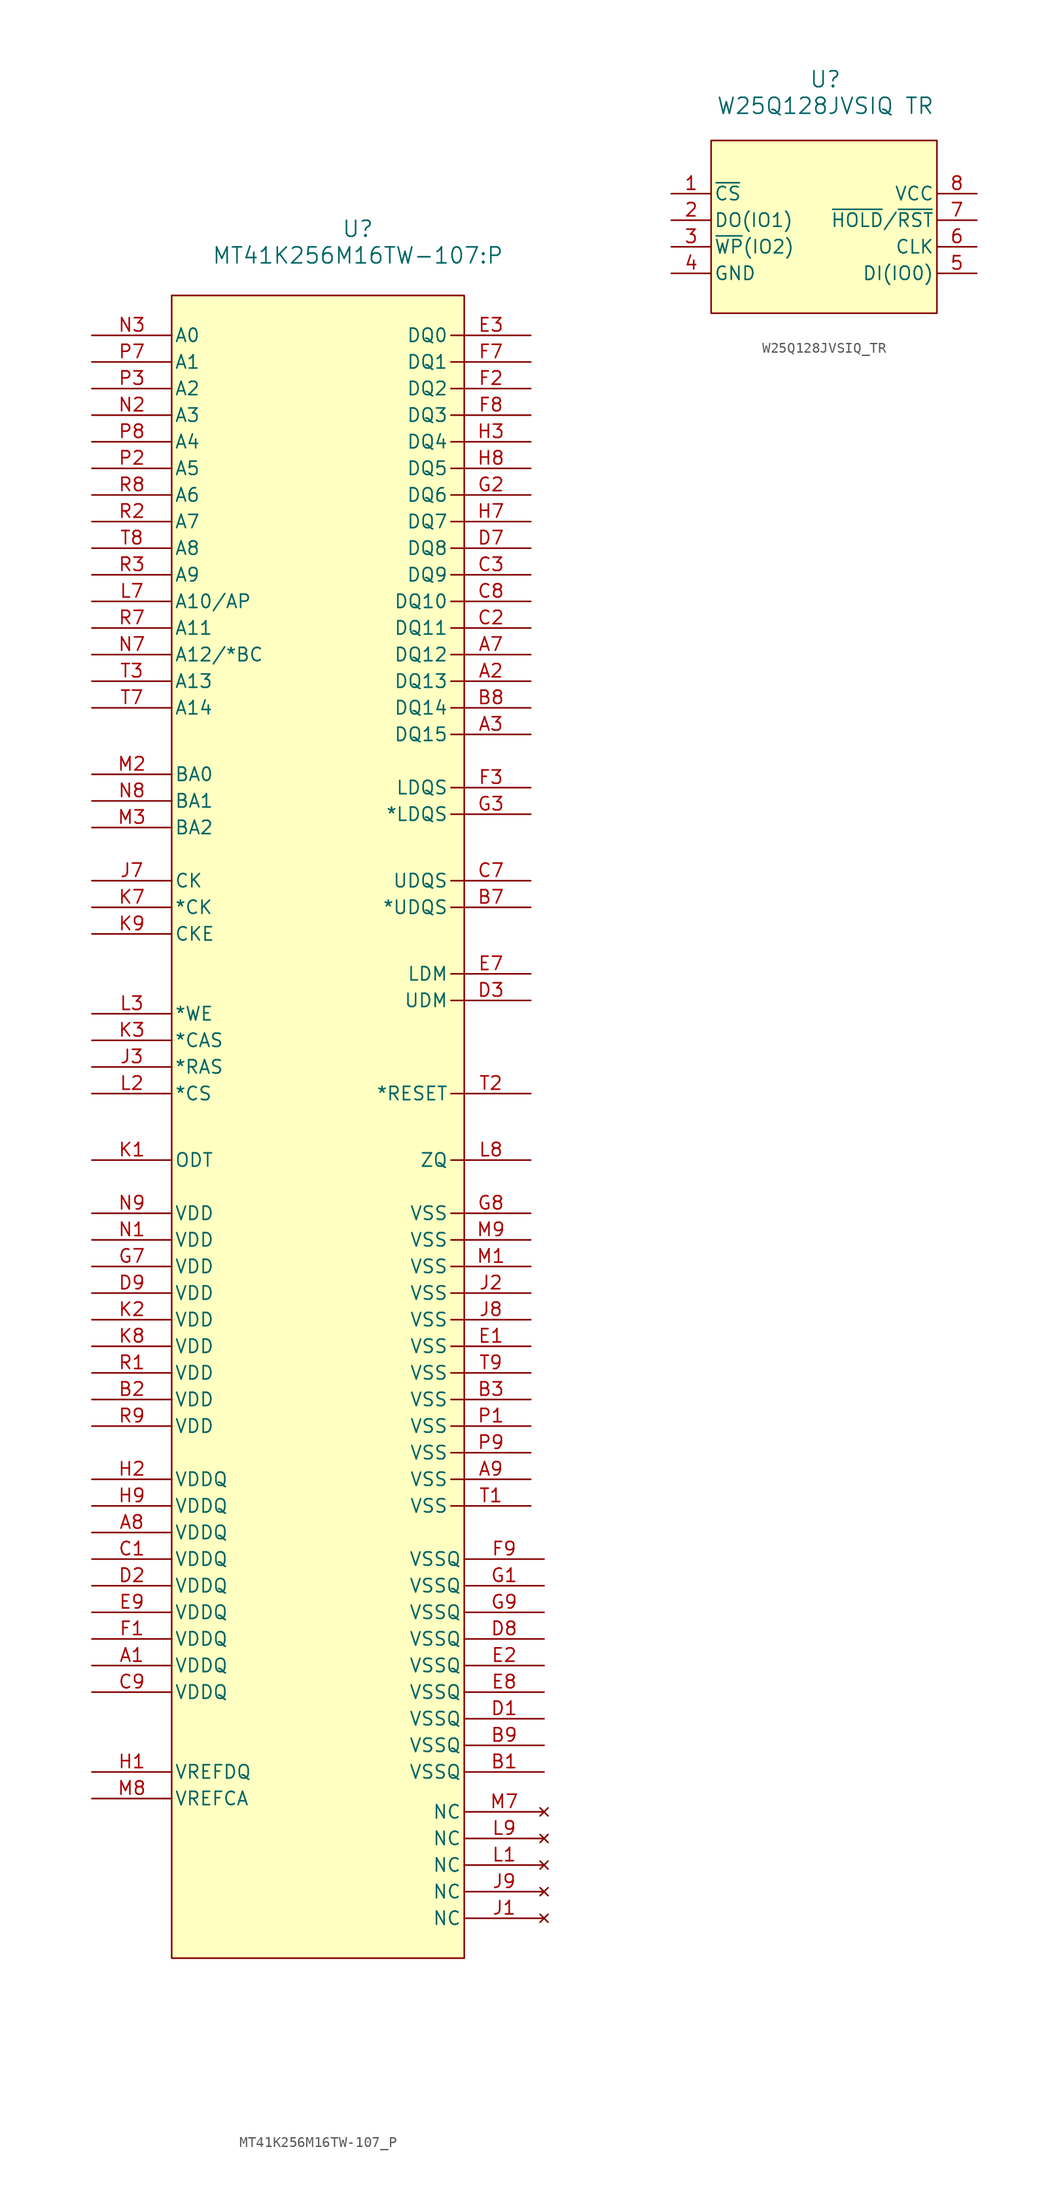
<source format=kicad_sym>
(kicad_symbol_lib
  (version 20241209)
  (generator "kicad_symbol_editor")
  (generator_version "9.0")
  (symbol "MT41K256M16TW-107_P"
    (pin_names
      (offset 0.254))
    (property "Reference" "U"
      (at 25.4 10.16 0)
      (effects (font (size 1.524 1.524))))
    (property "Value" "MT41K256M16TW-107:P"
      (at 25.4 7.62 0)
      (effects (font (size 1.524 1.524))))
    (symbol "MT41K256M16TW-107_P_0_1"
      (rectangle (start 7.62 3.81) (end 35.56 -154.94) (stroke (width 0) (type default)) (fill (type background)))
      (pin input line (at 0 0 0) (length 7.62) (name "A0" (effects (font (size 1.27 1.27)))) (number "N3" (effects (font (size 1.27 1.27)))))
      (pin input line (at 0 -2.54 0) (length 7.62) (name "A1" (effects (font (size 1.27 1.27)))) (number "P7" (effects (font (size 1.27 1.27)))))
      (pin input line (at 0 -5.08 0) (length 7.62) (name "A2" (effects (font (size 1.27 1.27)))) (number "P3" (effects (font (size 1.27 1.27)))))
      (pin input line (at 0 -7.62 0) (length 7.62) (name "A3" (effects (font (size 1.27 1.27)))) (number "N2" (effects (font (size 1.27 1.27)))))
      (pin input line (at 0 -10.16 0) (length 7.62) (name "A4" (effects (font (size 1.27 1.27)))) (number "P8" (effects (font (size 1.27 1.27)))))
      (pin input line (at 0 -12.7 0) (length 7.62) (name "A5" (effects (font (size 1.27 1.27)))) (number "P2" (effects (font (size 1.27 1.27)))))
      (pin input line (at 0 -15.24 0) (length 7.62) (name "A6" (effects (font (size 1.27 1.27)))) (number "R8" (effects (font (size 1.27 1.27)))))
      (pin input line (at 0 -17.78 0) (length 7.62) (name "A7" (effects (font (size 1.27 1.27)))) (number "R2" (effects (font (size 1.27 1.27)))))
      (pin input line (at 0 -20.32 0) (length 7.62) (name "A8" (effects (font (size 1.27 1.27)))) (number "T8" (effects (font (size 1.27 1.27)))))
      (pin input line (at 0 -22.86 0) (length 7.62) (name "A9" (effects (font (size 1.27 1.27)))) (number "R3" (effects (font (size 1.27 1.27)))))
      (pin input line (at 0 -25.4 0) (length 7.62) (name "A10/AP" (effects (font (size 1.27 1.27)))) (number "L7" (effects (font (size 1.27 1.27)))))
      (pin input line (at 0 -27.94 0) (length 7.62) (name "A11" (effects (font (size 1.27 1.27)))) (number "R7" (effects (font (size 1.27 1.27)))))
      (pin input line (at 0 -30.48 0) (length 7.62) (name "A12/*BC" (effects (font (size 1.27 1.27)))) (number "N7" (effects (font (size 1.27 1.27)))))
      (pin input line (at 0 -33.02 0) (length 7.62) (name "A13" (effects (font (size 1.27 1.27)))) (number "T3" (effects (font (size 1.27 1.27)))))
      (pin input line (at 0 -35.56 0) (length 7.62) (name "A14" (effects (font (size 1.27 1.27)))) (number "T7" (effects (font (size 1.27 1.27)))))
      (pin input line (at 0 -41.91 0) (length 7.62) (name "BA0" (effects (font (size 1.27 1.27)))) (number "M2" (effects (font (size 1.27 1.27)))))
      (pin input line (at 0 -44.45 0) (length 7.62) (name "BA1" (effects (font (size 1.27 1.27)))) (number "N8" (effects (font (size 1.27 1.27)))))
      (pin input line (at 0 -46.99 0) (length 7.62) (name "BA2" (effects (font (size 1.27 1.27)))) (number "M3" (effects (font (size 1.27 1.27)))))
      (pin input line (at 0 -52.07 0) (length 7.62) (name "CK" (effects (font (size 1.27 1.27)))) (number "J7" (effects (font (size 1.27 1.27)))))
      (pin input line (at 0 -54.61 0) (length 7.62) (name "*CK" (effects (font (size 1.27 1.27)))) (number "K7" (effects (font (size 1.27 1.27)))))
      (pin input line (at 0 -57.15 0) (length 7.62) (name "CKE" (effects (font (size 1.27 1.27)))) (number "K9" (effects (font (size 1.27 1.27)))))
      (pin input line (at 0 -64.77 0) (length 7.62) (name "*WE" (effects (font (size 1.27 1.27)))) (number "L3" (effects (font (size 1.27 1.27)))))
      (pin input line (at 0 -67.31 0) (length 7.62) (name "*CAS" (effects (font (size 1.27 1.27)))) (number "K3" (effects (font (size 1.27 1.27)))))
      (pin input line (at 0 -69.85 0) (length 7.62) (name "*RAS" (effects (font (size 1.27 1.27)))) (number "J3" (effects (font (size 1.27 1.27)))))
      (pin input line (at 0 -72.39 0) (length 7.62) (name "*CS" (effects (font (size 1.27 1.27)))) (number "L2" (effects (font (size 1.27 1.27)))))
      (pin input line (at 0 -78.74 0) (length 7.62) (name "ODT" (effects (font (size 1.27 1.27)))) (number "K1" (effects (font (size 1.27 1.27)))))
      (pin power_in line (at 0 -83.82 0) (length 7.62) (name "VDD" (effects (font (size 1.27 1.27)))) (number "N9" (effects (font (size 1.27 1.27)))))
      (pin power_in line (at 0 -86.36 0) (length 7.62) (name "VDD" (effects (font (size 1.27 1.27)))) (number "N1" (effects (font (size 1.27 1.27)))))
      (pin power_in line (at 0 -88.9 0) (length 7.62) (name "VDD" (effects (font (size 1.27 1.27)))) (number "G7" (effects (font (size 1.27 1.27)))))
      (pin power_in line (at 0 -91.44 0) (length 7.62) (name "VDD" (effects (font (size 1.27 1.27)))) (number "D9" (effects (font (size 1.27 1.27)))))
      (pin power_in line (at 0 -93.98 0) (length 7.62) (name "VDD" (effects (font (size 1.27 1.27)))) (number "K2" (effects (font (size 1.27 1.27)))))
      (pin power_in line (at 0 -96.52 0) (length 7.62) (name "VDD" (effects (font (size 1.27 1.27)))) (number "K8" (effects (font (size 1.27 1.27)))))
      (pin power_in line (at 0 -99.06 0) (length 7.62) (name "VDD" (effects (font (size 1.27 1.27)))) (number "R1" (effects (font (size 1.27 1.27)))))
      (pin power_in line (at 0 -101.6 0) (length 7.62) (name "VDD" (effects (font (size 1.27 1.27)))) (number "B2" (effects (font (size 1.27 1.27)))))
      (pin power_in line (at 0 -104.14 0) (length 7.62) (name "VDD" (effects (font (size 1.27 1.27)))) (number "R9" (effects (font (size 1.27 1.27)))))
      (pin power_in line (at 0 -109.22 0) (length 7.62) (name "VDDQ" (effects (font (size 1.27 1.27)))) (number "H2" (effects (font (size 1.27 1.27)))))
      (pin power_in line (at 0 -111.76 0) (length 7.62) (name "VDDQ" (effects (font (size 1.27 1.27)))) (number "H9" (effects (font (size 1.27 1.27)))))
      (pin power_in line (at 0 -114.3 0) (length 7.62) (name "VDDQ" (effects (font (size 1.27 1.27)))) (number "A8" (effects (font (size 1.27 1.27)))))
      (pin power_in line (at 0 -116.84 0) (length 7.62) (name "VDDQ" (effects (font (size 1.27 1.27)))) (number "C1" (effects (font (size 1.27 1.27)))))
      (pin power_in line (at 0 -119.38 0) (length 7.62) (name "VDDQ" (effects (font (size 1.27 1.27)))) (number "D2" (effects (font (size 1.27 1.27)))))
      (pin power_in line (at 0 -121.92 0) (length 7.62) (name "VDDQ" (effects (font (size 1.27 1.27)))) (number "E9" (effects (font (size 1.27 1.27)))))
      (pin power_in line (at 0 -124.46 0) (length 7.62) (name "VDDQ" (effects (font (size 1.27 1.27)))) (number "F1" (effects (font (size 1.27 1.27)))))
      (pin power_in line (at 0 -127 0) (length 7.62) (name "VDDQ" (effects (font (size 1.27 1.27)))) (number "A1" (effects (font (size 1.27 1.27)))))
      (pin power_in line (at 0 -129.54 0) (length 7.62) (name "VDDQ" (effects (font (size 1.27 1.27)))) (number "C9" (effects (font (size 1.27 1.27)))))
      (pin power_in line (at 0 -137.16 0) (length 7.62) (name "VREFDQ" (effects (font (size 1.27 1.27)))) (number "H1" (effects (font (size 1.27 1.27)))))
      (pin power_in line (at 0 -139.7 0) (length 7.62) (name "VREFCA" (effects (font (size 1.27 1.27)))) (number "M8" (effects (font (size 1.27 1.27)))))
      (pin bidirectional line (at 41.91 0 180) (length 7.62) (name "DQ0" (effects (font (size 1.27 1.27)))) (number "E3" (effects (font (size 1.27 1.27)))))
      (pin bidirectional line (at 41.91 -2.54 180) (length 7.62) (name "DQ1" (effects (font (size 1.27 1.27)))) (number "F7" (effects (font (size 1.27 1.27)))))
      (pin bidirectional line (at 41.91 -5.08 180) (length 7.62) (name "DQ2" (effects (font (size 1.27 1.27)))) (number "F2" (effects (font (size 1.27 1.27)))))
      (pin bidirectional line (at 41.91 -7.62 180) (length 7.62) (name "DQ3" (effects (font (size 1.27 1.27)))) (number "F8" (effects (font (size 1.27 1.27)))))
      (pin bidirectional line (at 41.91 -10.16 180) (length 7.62) (name "DQ4" (effects (font (size 1.27 1.27)))) (number "H3" (effects (font (size 1.27 1.27)))))
      (pin bidirectional line (at 41.91 -12.7 180) (length 7.62) (name "DQ5" (effects (font (size 1.27 1.27)))) (number "H8" (effects (font (size 1.27 1.27)))))
      (pin bidirectional line (at 41.91 -15.24 180) (length 7.62) (name "DQ6" (effects (font (size 1.27 1.27)))) (number "G2" (effects (font (size 1.27 1.27)))))
      (pin bidirectional line (at 41.91 -17.78 180) (length 7.62) (name "DQ7" (effects (font (size 1.27 1.27)))) (number "H7" (effects (font (size 1.27 1.27)))))
      (pin bidirectional line (at 41.91 -20.32 180) (length 7.62) (name "DQ8" (effects (font (size 1.27 1.27)))) (number "D7" (effects (font (size 1.27 1.27)))))
      (pin bidirectional line (at 41.91 -22.86 180) (length 7.62) (name "DQ9" (effects (font (size 1.27 1.27)))) (number "C3" (effects (font (size 1.27 1.27)))))
      (pin bidirectional line (at 41.91 -25.4 180) (length 7.62) (name "DQ10" (effects (font (size 1.27 1.27)))) (number "C8" (effects (font (size 1.27 1.27)))))
      (pin bidirectional line (at 41.91 -27.94 180) (length 7.62) (name "DQ11" (effects (font (size 1.27 1.27)))) (number "C2" (effects (font (size 1.27 1.27)))))
      (pin bidirectional line (at 41.91 -30.48 180) (length 7.62) (name "DQ12" (effects (font (size 1.27 1.27)))) (number "A7" (effects (font (size 1.27 1.27)))))
      (pin bidirectional line (at 41.91 -33.02 180) (length 7.62) (name "DQ13" (effects (font (size 1.27 1.27)))) (number "A2" (effects (font (size 1.27 1.27)))))
      (pin bidirectional line (at 41.91 -35.56 180) (length 7.62) (name "DQ14" (effects (font (size 1.27 1.27)))) (number "B8" (effects (font (size 1.27 1.27)))))
      (pin bidirectional line (at 41.91 -38.1 180) (length 7.62) (name "DQ15" (effects (font (size 1.27 1.27)))) (number "A3" (effects (font (size 1.27 1.27)))))
      (pin bidirectional line (at 41.91 -43.18 180) (length 7.62) (name "LDQS" (effects (font (size 1.27 1.27)))) (number "F3" (effects (font (size 1.27 1.27)))))
      (pin bidirectional line (at 41.91 -45.72 180) (length 7.62) (name "*LDQS" (effects (font (size 1.27 1.27)))) (number "G3" (effects (font (size 1.27 1.27)))))
      (pin bidirectional line (at 41.91 -52.07 180) (length 7.62) (name "UDQS" (effects (font (size 1.27 1.27)))) (number "C7" (effects (font (size 1.27 1.27)))))
      (pin bidirectional line (at 41.91 -54.61 180) (length 7.62) (name "*UDQS" (effects (font (size 1.27 1.27)))) (number "B7" (effects (font (size 1.27 1.27)))))
      (pin input line (at 41.91 -60.96 180) (length 7.62) (name "LDM" (effects (font (size 1.27 1.27)))) (number "E7" (effects (font (size 1.27 1.27)))))
      (pin input line (at 41.91 -63.5 180) (length 7.62) (name "UDM" (effects (font (size 1.27 1.27)))) (number "D3" (effects (font (size 1.27 1.27)))))
      (pin input line (at 41.91 -72.39 180) (length 7.62) (name "*RESET" (effects (font (size 1.27 1.27)))) (number "T2" (effects (font (size 1.27 1.27)))))
      (pin unspecified line (at 41.91 -78.74 180) (length 7.62) (name "ZQ" (effects (font (size 1.27 1.27)))) (number "L8" (effects (font (size 1.27 1.27)))))
      (pin power_in line (at 41.91 -83.82 180) (length 7.62) (name "VSS" (effects (font (size 1.27 1.27)))) (number "G8" (effects (font (size 1.27 1.27)))))
      (pin power_in line (at 41.91 -86.36 180) (length 7.62) (name "VSS" (effects (font (size 1.27 1.27)))) (number "M9" (effects (font (size 1.27 1.27)))))
      (pin power_in line (at 41.91 -88.9 180) (length 7.62) (name "VSS" (effects (font (size 1.27 1.27)))) (number "M1" (effects (font (size 1.27 1.27)))))
      (pin power_in line (at 41.91 -91.44 180) (length 7.62) (name "VSS" (effects (font (size 1.27 1.27)))) (number "J2" (effects (font (size 1.27 1.27)))))
      (pin power_in line (at 41.91 -93.98 180) (length 7.62) (name "VSS" (effects (font (size 1.27 1.27)))) (number "J8" (effects (font (size 1.27 1.27)))))
      (pin power_in line (at 41.91 -96.52 180) (length 7.62) (name "VSS" (effects (font (size 1.27 1.27)))) (number "E1" (effects (font (size 1.27 1.27)))))
      (pin power_in line (at 41.91 -99.06 180) (length 7.62) (name "VSS" (effects (font (size 1.27 1.27)))) (number "T9" (effects (font (size 1.27 1.27)))))
      (pin power_in line (at 41.91 -101.6 180) (length 7.62) (name "VSS" (effects (font (size 1.27 1.27)))) (number "B3" (effects (font (size 1.27 1.27)))))
      (pin power_in line (at 41.91 -104.14 180) (length 7.62) (name "VSS" (effects (font (size 1.27 1.27)))) (number "P1" (effects (font (size 1.27 1.27)))))
      (pin power_in line (at 41.91 -106.68 180) (length 7.62) (name "VSS" (effects (font (size 1.27 1.27)))) (number "P9" (effects (font (size 1.27 1.27)))))
      (pin power_in line (at 41.91 -109.22 180) (length 7.62) (name "VSS" (effects (font (size 1.27 1.27)))) (number "A9" (effects (font (size 1.27 1.27)))))
      (pin power_in line (at 41.91 -111.76 180) (length 7.62) (name "VSS" (effects (font (size 1.27 1.27)))) (number "T1" (effects (font (size 1.27 1.27)))))
      (pin power_in line (at 43.18 -116.84 180) (length 7.62) (name "VSSQ" (effects (font (size 1.27 1.27)))) (number "F9" (effects (font (size 1.27 1.27)))))
      (pin power_in line (at 43.18 -119.38 180) (length 7.62) (name "VSSQ" (effects (font (size 1.27 1.27)))) (number "G1" (effects (font (size 1.27 1.27)))))
      (pin power_in line (at 43.18 -121.92 180) (length 7.62) (name "VSSQ" (effects (font (size 1.27 1.27)))) (number "G9" (effects (font (size 1.27 1.27)))))
      (pin power_in line (at 43.18 -124.46 180) (length 7.62) (name "VSSQ" (effects (font (size 1.27 1.27)))) (number "D8" (effects (font (size 1.27 1.27)))))
      (pin power_in line (at 43.18 -127 180) (length 7.62) (name "VSSQ" (effects (font (size 1.27 1.27)))) (number "E2" (effects (font (size 1.27 1.27)))))
      (pin power_in line (at 43.18 -129.54 180) (length 7.62) (name "VSSQ" (effects (font (size 1.27 1.27)))) (number "E8" (effects (font (size 1.27 1.27)))))
      (pin power_in line (at 43.18 -132.08 180) (length 7.62) (name "VSSQ" (effects (font (size 1.27 1.27)))) (number "D1" (effects (font (size 1.27 1.27)))))
      (pin power_in line (at 43.18 -134.62 180) (length 7.62) (name "VSSQ" (effects (font (size 1.27 1.27)))) (number "B9" (effects (font (size 1.27 1.27)))))
      (pin power_in line (at 43.18 -137.16 180) (length 7.62) (name "VSSQ" (effects (font (size 1.27 1.27)))) (number "B1" (effects (font (size 1.27 1.27)))))
      (pin no_connect line (at 43.18 -140.97 180) (length 7.62) (name "NC" (effects (font (size 1.27 1.27)))) (number "M7" (effects (font (size 1.27 1.27)))))
      (pin no_connect line (at 43.18 -143.51 180) (length 7.62) (name "NC" (effects (font (size 1.27 1.27)))) (number "L9" (effects (font (size 1.27 1.27)))))
      (pin no_connect line (at 43.18 -146.05 180) (length 7.62) (name "NC" (effects (font (size 1.27 1.27)))) (number "L1" (effects (font (size 1.27 1.27)))))
      (pin no_connect line (at 43.18 -148.59 180) (length 7.62) (name "NC" (effects (font (size 1.27 1.27)))) (number "J9" (effects (font (size 1.27 1.27)))))
      (pin no_connect line (at 43.18 -151.13 180) (length 7.62) (name "NC" (effects (font (size 1.27 1.27)))) (number "J1" (effects (font (size 1.27 1.27)))))))
  (symbol "W25Q128JVSIQ_TR"
    (pin_names
      (offset 0.254))
    (property "Reference" "U"
      (at 10.922 5.842 0)
      (effects (font (size 1.524 1.524))))
    (property "Value" "W25Q128JVSIQ TR"
      (at 10.922 3.302 0)
      (effects (font (size 1.524 1.524))))
    (property "ki_locked" ""
      (at 0 0 0)
      (effects (font (size 1.27 1.27))))
    (symbol "W25Q128JVSIQ_TR_0_1"
      (pin bidirectional line (at -3.81 -7.62 0) (length 3.81) (name "DO(IO1)" (effects (font (size 1.27 1.27)))) (number "2" (effects (font (size 1.27 1.27)))))
      (pin power_out line (at -3.81 -12.7 0) (length 3.81) (name "GND" (effects (font (size 1.27 1.27)))) (number "4" (effects (font (size 1.27 1.27)))))
      (pin power_in line (at 25.4 -5.08 180) (length 3.81) (name "VCC" (effects (font (size 1.27 1.27)))) (number "8" (effects (font (size 1.27 1.27)))))
      (pin input line (at 25.4 -10.16 180) (length 3.81) (name "CLK" (effects (font (size 1.27 1.27)))) (number "6" (effects (font (size 1.27 1.27)))))
      (pin bidirectional line (at 25.4 -12.7 180) (length 3.81) (name "DI(IO0)" (effects (font (size 1.27 1.27)))) (number "5" (effects (font (size 1.27 1.27))))))
    (symbol "W25Q128JVSIQ_TR_1_1"
      (rectangle (start 0 0) (end 21.59 -16.51) (stroke (width 0) (type default)) (fill (type background)))
      (pin input line (at -3.81 -5.08 0) (length 3.81) (name "~{CS}" (effects (font (size 1.27 1.27)))) (number "1" (effects (font (size 1.27 1.27)))))
      (pin bidirectional line (at -3.81 -10.16 0) (length 3.81) (name "~{WP}(IO2)" (effects (font (size 1.27 1.27)))) (number "3" (effects (font (size 1.27 1.27)))))
      (pin bidirectional line (at 25.4 -7.62 180) (length 3.81) (name "~{HOLD}/~{RST}" (effects (font (size 1.27 1.27)))) (number "7" (effects (font (size 1.27 1.27))))))))
</source>
